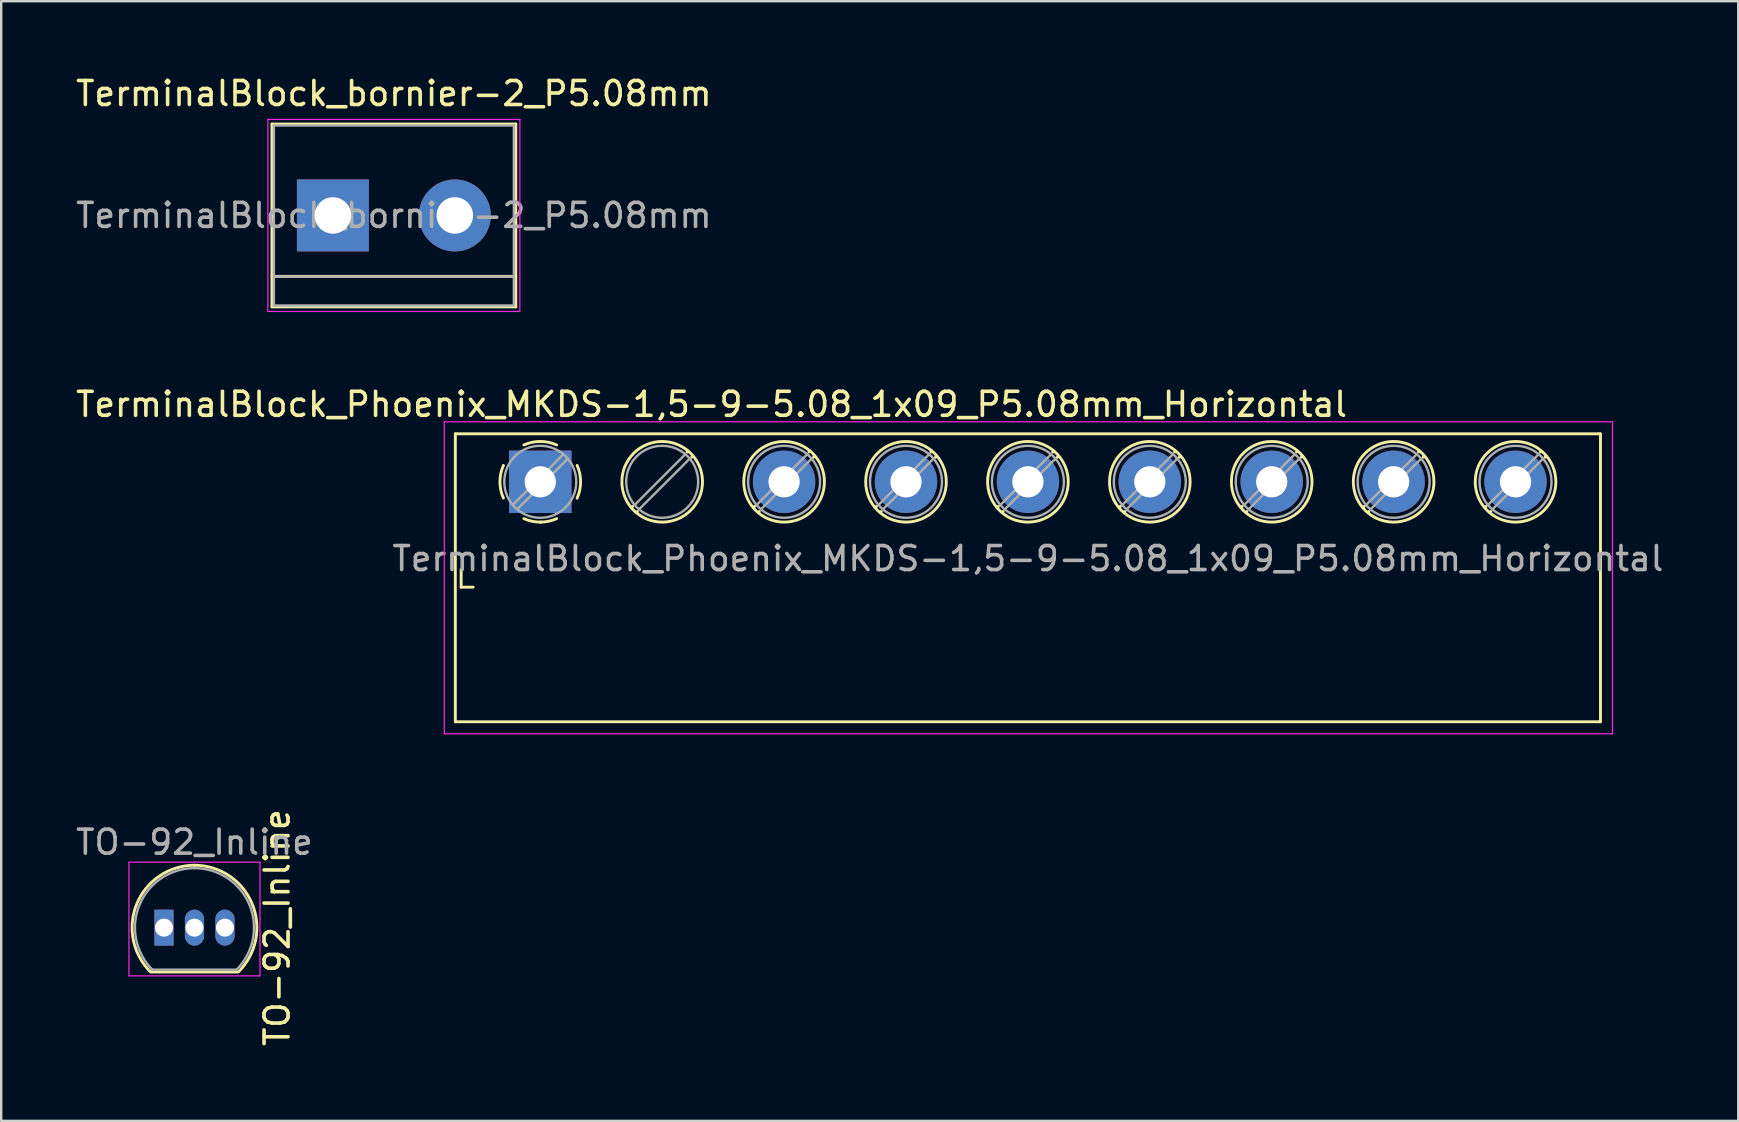
<source format=kicad_pcb>
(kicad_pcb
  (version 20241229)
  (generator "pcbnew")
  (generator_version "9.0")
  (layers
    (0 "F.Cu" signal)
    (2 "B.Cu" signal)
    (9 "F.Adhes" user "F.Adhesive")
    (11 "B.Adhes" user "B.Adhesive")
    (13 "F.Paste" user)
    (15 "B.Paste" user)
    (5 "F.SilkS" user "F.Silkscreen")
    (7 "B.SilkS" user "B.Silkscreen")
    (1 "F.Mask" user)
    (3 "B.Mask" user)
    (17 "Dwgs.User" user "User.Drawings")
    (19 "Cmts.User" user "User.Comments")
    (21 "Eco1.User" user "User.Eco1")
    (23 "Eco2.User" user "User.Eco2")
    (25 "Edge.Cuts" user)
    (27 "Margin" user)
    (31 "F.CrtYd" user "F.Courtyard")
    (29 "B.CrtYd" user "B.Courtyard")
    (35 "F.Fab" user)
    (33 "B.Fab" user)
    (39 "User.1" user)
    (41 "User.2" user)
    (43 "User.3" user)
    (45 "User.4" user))
  (footprint "TO-92_Inline"
    (layer "F.Cu")
    (at 3.784 35.606)
    (property "Reference" "TO-92_Inline" (at 4.714 0 90) (layer "F.SilkS") (effects (font (size 1 1) (thickness 0.15))))
    (attr through_hole)
    (fp_line (start -0.53 1.85) (end 3.07 1.85) (stroke (width 0.12) (type solid)) (layer "F.SilkS"))
    (fp_arc (start -0.568478 1.838478) (mid -1.132087 -0.994977) (end 1.27 -2.6) (stroke (width 0.12) (type solid)) (layer "F.SilkS"))
    (fp_arc (start 1.27 -2.6) (mid 3.672087 -0.994977) (end 3.108478 1.838478) (stroke (width 0.12) (type solid)) (layer "F.SilkS"))
    (fp_line (start -1.46 -2.73) (end -1.46 2.01) (stroke (width 0.05) (type solid)) (layer "F.CrtYd"))
    (fp_line (start -1.46 -2.73) (end 4 -2.73) (stroke (width 0.05) (type solid)) (layer "F.CrtYd"))
    (fp_line (start 4 2.01) (end -1.46 2.01) (stroke (width 0.05) (type solid)) (layer "F.CrtYd"))
    (fp_line (start 4 2.01) (end 4 -2.73) (stroke (width 0.05) (type solid)) (layer "F.CrtYd"))
    (fp_line (start -0.5 1.75) (end 3 1.75) (stroke (width 0.1) (type solid)) (layer "F.Fab"))
    (fp_arc (start -0.483625 1.753625) (mid -1.021221 -0.949055) (end 1.27 -2.48) (stroke (width 0.1) (type solid)) (layer "F.Fab"))
    (fp_arc (start 1.27 -2.48) (mid 3.561221 -0.949055) (end 3.023625 1.753625) (stroke (width 0.1) (type solid)) (layer "F.Fab"))
    (fp_text user "${REFERENCE}" (at 1.27 -3.56 0) (layer "F.Fab") (effects (font (size 1 1) (thickness 0.15))))
    (pad "1" thru_hole rect (at 0 0) (size 0.8 1.5) (drill 0.75) (layers "*.Cu" "*.Mask"))
    (pad "2" thru_hole oval (at 1.27 0) (size 0.8 1.5) (drill 0.75) (layers "*.Cu" "*.Mask"))
    (pad "3" thru_hole oval (at 2.54 0) (size 0.8 1.5) (drill 0.75) (layers "*.Cu" "*.Mask")))
  (footprint "TerminalBlock_bornier-2_P5.08mm"
    (layer "F.Cu")
    (at 10.823 5.928)
    (property "Reference" "TerminalBlock_bornier-2_P5.08mm" (at 2.54 -5.08 180) (layer "F.SilkS") (effects (font (size 1 1) (thickness 0.15))))
    (attr through_hole)
    (fp_line (start -2.54 -3.81) (end -2.54 3.81) (stroke (width 0.12) (type solid)) (layer "F.SilkS"))
    (fp_line (start -2.54 3.81) (end 7.62 3.81) (stroke (width 0.12) (type solid)) (layer "F.SilkS"))
    (fp_line (start 7.62 -3.81) (end -2.54 -3.81) (stroke (width 0.12) (type solid)) (layer "F.SilkS"))
    (fp_line (start 7.62 2.54) (end -2.54 2.54) (stroke (width 0.12) (type solid)) (layer "F.SilkS"))
    (fp_line (start 7.62 3.81) (end 7.62 -3.81) (stroke (width 0.12) (type solid)) (layer "F.SilkS"))
    (fp_line (start -2.71 -4) (end -2.71 4) (stroke (width 0.05) (type solid)) (layer "F.CrtYd"))
    (fp_line (start -2.71 -4) (end 7.79 -4) (stroke (width 0.05) (type solid)) (layer "F.CrtYd"))
    (fp_line (start 7.79 4) (end -2.71 4) (stroke (width 0.05) (type solid)) (layer "F.CrtYd"))
    (fp_line (start 7.79 4) (end 7.79 -4) (stroke (width 0.05) (type solid)) (layer "F.CrtYd"))
    (fp_line (start -2.46 -3.75) (end -2.46 3.75) (stroke (width 0.1) (type solid)) (layer "F.Fab"))
    (fp_line (start -2.46 3.75) (end 7.54 3.75) (stroke (width 0.1) (type solid)) (layer "F.Fab"))
    (fp_line (start -2.41 2.55) (end 7.49 2.55) (stroke (width 0.1) (type solid)) (layer "F.Fab"))
    (fp_line (start 7.54 -3.75) (end -2.46 -3.75) (stroke (width 0.1) (type solid)) (layer "F.Fab"))
    (fp_line (start 7.54 3.75) (end 7.54 -3.75) (stroke (width 0.1) (type solid)) (layer "F.Fab"))
    (fp_text user "${REFERENCE}" (at 2.54 0 180) (layer "F.Fab") (effects (font (size 1 1) (thickness 0.15))))
    (pad "1" thru_hole rect (at 0 0) (size 3 3) (drill 1.52) (layers "*.Cu" "*.Mask"))
    (pad "2" thru_hole circle (at 5.08 0) (size 3 3) (drill 1.52) (layers "*.Cu" "*.Mask")))
  (footprint "TerminalBlock_Phoenix_MKDS-1,5-9-5.08_1x09_P5.08mm_Horizontal"
    (layer "F.Cu")
    (at 19.464 17.027)
    (property "Reference" "TerminalBlock_Phoenix_MKDS-1,5-9-5.08_1x09_P5.08mm_Horizontal" (at 7.137 -3.226 0) (layer "F.SilkS") (effects (font (size 1 1) (thickness 0.15))))
    (attr through_hole)
    (fp_line (start -3.54 -2) (end -3.54 10) (stroke (width 0.12) (type solid)) (layer "F.SilkS"))
    (fp_line (start -3.54 -2) (end 44.18 -2) (stroke (width 0.12) (type solid)) (layer "F.SilkS"))
    (fp_line (start -3.54 10) (end 44.18 10) (stroke (width 0.12) (type solid)) (layer "F.SilkS"))
    (fp_line (start -3.297 3.652) (end -3.297 4.392) (stroke (width 0.12) (type solid)) (layer "F.SilkS"))
    (fp_line (start -3.297 4.392) (end -2.797 4.392) (stroke (width 0.12) (type solid)) (layer "F.SilkS"))
    (fp_line (start 3.853 1.023) (end 3.806 1.069) (stroke (width 0.12) (type solid)) (layer "F.SilkS"))
    (fp_line (start 4.046 1.239) (end 4.011 1.274) (stroke (width 0.12) (type solid)) (layer "F.SilkS"))
    (fp_line (start 6.15 -1.275) (end 6.115 -1.239) (stroke (width 0.12) (type solid)) (layer "F.SilkS"))
    (fp_line (start 6.355 -1.069) (end 6.308 -1.023) (stroke (width 0.12) (type solid)) (layer "F.SilkS"))
    (fp_line (start 8.933 1.023) (end 8.886 1.069) (stroke (width 0.12) (type solid)) (layer "F.SilkS"))
    (fp_line (start 9.126 1.239) (end 9.091 1.274) (stroke (width 0.12) (type solid)) (layer "F.SilkS"))
    (fp_line (start 11.23 -1.275) (end 11.195 -1.239) (stroke (width 0.12) (type solid)) (layer "F.SilkS"))
    (fp_line (start 11.435 -1.069) (end 11.388 -1.023) (stroke (width 0.12) (type solid)) (layer "F.SilkS"))
    (fp_line (start 14.013 1.023) (end 13.966 1.069) (stroke (width 0.12) (type solid)) (layer "F.SilkS"))
    (fp_line (start 14.206 1.239) (end 14.171 1.274) (stroke (width 0.12) (type solid)) (layer "F.SilkS"))
    (fp_line (start 16.31 -1.275) (end 16.275 -1.239) (stroke (width 0.12) (type solid)) (layer "F.SilkS"))
    (fp_line (start 16.515 -1.069) (end 16.468 -1.023) (stroke (width 0.12) (type solid)) (layer "F.SilkS"))
    (fp_line (start 19.093 1.023) (end 19.046 1.069) (stroke (width 0.12) (type solid)) (layer "F.SilkS"))
    (fp_line (start 19.286 1.239) (end 19.251 1.274) (stroke (width 0.12) (type solid)) (layer "F.SilkS"))
    (fp_line (start 21.39 -1.275) (end 21.355 -1.239) (stroke (width 0.12) (type solid)) (layer "F.SilkS"))
    (fp_line (start 21.595 -1.069) (end 21.548 -1.023) (stroke (width 0.12) (type solid)) (layer "F.SilkS"))
    (fp_line (start 24.173 1.023) (end 24.126 1.069) (stroke (width 0.12) (type solid)) (layer "F.SilkS"))
    (fp_line (start 24.366 1.239) (end 24.331 1.274) (stroke (width 0.12) (type solid)) (layer "F.SilkS"))
    (fp_line (start 26.47 -1.275) (end 26.435 -1.239) (stroke (width 0.12) (type solid)) (layer "F.SilkS"))
    (fp_line (start 26.675 -1.069) (end 26.628 -1.023) (stroke (width 0.12) (type solid)) (layer "F.SilkS"))
    (fp_line (start 29.253 1.023) (end 29.206 1.069) (stroke (width 0.12) (type solid)) (layer "F.SilkS"))
    (fp_line (start 29.446 1.239) (end 29.411 1.274) (stroke (width 0.12) (type solid)) (layer "F.SilkS"))
    (fp_line (start 31.55 -1.275) (end 31.515 -1.239) (stroke (width 0.12) (type solid)) (layer "F.SilkS"))
    (fp_line (start 31.755 -1.069) (end 31.708 -1.023) (stroke (width 0.12) (type solid)) (layer "F.SilkS"))
    (fp_line (start 34.333 1.023) (end 34.286 1.069) (stroke (width 0.12) (type solid)) (layer "F.SilkS"))
    (fp_line (start 34.526 1.239) (end 34.491 1.274) (stroke (width 0.12) (type solid)) (layer "F.SilkS"))
    (fp_line (start 36.63 -1.275) (end 36.595 -1.239) (stroke (width 0.12) (type solid)) (layer "F.SilkS"))
    (fp_line (start 36.835 -1.069) (end 36.788 -1.023) (stroke (width 0.12) (type solid)) (layer "F.SilkS"))
    (fp_line (start 39.413 1.023) (end 39.366 1.069) (stroke (width 0.12) (type solid)) (layer "F.SilkS"))
    (fp_line (start 39.606 1.239) (end 39.571 1.274) (stroke (width 0.12) (type solid)) (layer "F.SilkS"))
    (fp_line (start 41.71 -1.275) (end 41.675 -1.239) (stroke (width 0.12) (type solid)) (layer "F.SilkS"))
    (fp_line (start 41.915 -1.069) (end 41.868 -1.023) (stroke (width 0.12) (type solid)) (layer "F.SilkS"))
    (fp_line (start 44.18 -2) (end 44.18 10) (stroke (width 0.12) (type solid)) (layer "F.SilkS"))
    (fp_arc (start -1.535427 0.683042) (mid -1.680501 -0.000524) (end -1.535 -0.684) (stroke (width 0.12) (type solid)) (layer "F.SilkS"))
    (fp_arc (start -0.683042 -1.535427) (mid 0.000524 -1.680501) (end 0.684 -1.535) (stroke (width 0.12) (type solid)) (layer "F.SilkS"))
    (fp_arc (start 0.028805 1.680253) (mid -0.335551 1.646659) (end -0.684 1.535) (stroke (width 0.12) (type solid)) (layer "F.SilkS"))
    (fp_arc (start 0.683318 1.534756) (mid 0.349292 1.643288) (end 0 1.68) (stroke (width 0.12) (type solid)) (layer "F.SilkS"))
    (fp_arc (start 1.535427 -0.683042) (mid 1.680501 0.000524) (end 1.535 0.684) (stroke (width 0.12) (type solid)) (layer "F.SilkS"))
    (fp_circle (center 5.08 0) (end 6.76 0) (stroke (width 0.12) (type solid)) (fill no) (layer "F.SilkS"))
    (fp_circle (center 10.16 0) (end 11.84 0) (stroke (width 0.12) (type solid)) (fill no) (layer "F.SilkS"))
    (fp_circle (center 15.24 0) (end 16.92 0) (stroke (width 0.12) (type solid)) (fill no) (layer "F.SilkS"))
    (fp_circle (center 20.32 0) (end 22 0) (stroke (width 0.12) (type solid)) (fill no) (layer "F.SilkS"))
    (fp_circle (center 25.4 0) (end 27.08 0) (stroke (width 0.12) (type solid)) (fill no) (layer "F.SilkS"))
    (fp_circle (center 30.48 0) (end 32.16 0) (stroke (width 0.12) (type solid)) (fill no) (layer "F.SilkS"))
    (fp_circle (center 35.56 0) (end 37.24 0) (stroke (width 0.12) (type solid)) (fill no) (layer "F.SilkS"))
    (fp_circle (center 40.64 0) (end 42.32 0) (stroke (width 0.12) (type solid)) (fill no) (layer "F.SilkS"))
    (fp_line (start -4 -2.5) (end -4 10.5) (stroke (width 0.05) (type solid)) (layer "F.CrtYd"))
    (fp_line (start 44.68 -2.5) (end -4 -2.5) (stroke (width 0.05) (type solid)) (layer "F.CrtYd"))
    (fp_line (start 44.68 10.5) (end -4 10.5) (stroke (width 0.05) (type solid)) (layer "F.CrtYd"))
    (fp_line (start 44.68 10.5) (end 44.68 -2.5) (stroke (width 0.05) (type solid)) (layer "F.CrtYd"))
    (fp_line (start 0.955 -1.138) (end -1.138 0.955) (stroke (width 0.1) (type solid)) (layer "F.Fab"))
    (fp_line (start 1.138 -0.955) (end -0.955 1.138) (stroke (width 0.1) (type solid)) (layer "F.Fab"))
    (fp_line (start 6.035 -1.138) (end 3.943 0.955) (stroke (width 0.1) (type solid)) (layer "F.Fab"))
    (fp_line (start 6.218 -0.955) (end 4.126 1.138) (stroke (width 0.1) (type solid)) (layer "F.Fab"))
    (fp_line (start 11.115 -1.138) (end 9.023 0.955) (stroke (width 0.1) (type solid)) (layer "F.Fab"))
    (fp_line (start 11.298 -0.955) (end 9.206 1.138) (stroke (width 0.1) (type solid)) (layer "F.Fab"))
    (fp_line (start 16.195 -1.138) (end 14.103 0.955) (stroke (width 0.1) (type solid)) (layer "F.Fab"))
    (fp_line (start 16.378 -0.955) (end 14.286 1.138) (stroke (width 0.1) (type solid)) (layer "F.Fab"))
    (fp_line (start 21.275 -1.138) (end 19.183 0.955) (stroke (width 0.1) (type solid)) (layer "F.Fab"))
    (fp_line (start 21.458 -0.955) (end 19.366 1.138) (stroke (width 0.1) (type solid)) (layer "F.Fab"))
    (fp_line (start 26.355 -1.138) (end 24.263 0.955) (stroke (width 0.1) (type solid)) (layer "F.Fab"))
    (fp_line (start 26.538 -0.955) (end 24.446 1.138) (stroke (width 0.1) (type solid)) (layer "F.Fab"))
    (fp_line (start 31.435 -1.138) (end 29.343 0.955) (stroke (width 0.1) (type solid)) (layer "F.Fab"))
    (fp_line (start 31.618 -0.955) (end 29.526 1.138) (stroke (width 0.1) (type solid)) (layer "F.Fab"))
    (fp_line (start 36.515 -1.138) (end 34.423 0.955) (stroke (width 0.1) (type solid)) (layer "F.Fab"))
    (fp_line (start 36.698 -0.955) (end 34.606 1.138) (stroke (width 0.1) (type solid)) (layer "F.Fab"))
    (fp_line (start 41.595 -1.138) (end 39.503 0.955) (stroke (width 0.1) (type solid)) (layer "F.Fab"))
    (fp_line (start 41.778 -0.955) (end 39.686 1.138) (stroke (width 0.1) (type solid)) (layer "F.Fab"))
    (fp_circle (center 0 0) (end 1.5 0) (stroke (width 0.1) (type solid)) (fill no) (layer "F.Fab"))
    (fp_circle (center 5.08 0) (end 6.58 0) (stroke (width 0.1) (type solid)) (fill no) (layer "F.Fab"))
    (fp_circle (center 10.16 0) (end 11.66 0) (stroke (width 0.1) (type solid)) (fill no) (layer "F.Fab"))
    (fp_circle (center 15.24 0) (end 16.74 0) (stroke (width 0.1) (type solid)) (fill no) (layer "F.Fab"))
    (fp_circle (center 20.32 0) (end 21.82 0) (stroke (width 0.1) (type solid)) (fill no) (layer "F.Fab"))
    (fp_circle (center 25.4 0) (end 26.9 0) (stroke (width 0.1) (type solid)) (fill no) (layer "F.Fab"))
    (fp_circle (center 30.48 0) (end 31.98 0) (stroke (width 0.1) (type solid)) (fill no) (layer "F.Fab"))
    (fp_circle (center 35.56 0) (end 37.06 0) (stroke (width 0.1) (type solid)) (fill no) (layer "F.Fab"))
    (fp_circle (center 40.64 0) (end 42.14 0) (stroke (width 0.1) (type solid)) (fill no) (layer "F.Fab"))
    (fp_text user "${REFERENCE}" (at 20.32 3.2 0) (layer "F.Fab") (effects (font (size 1 1) (thickness 0.15))))
    (pad "1" thru_hole rect (at 0 0) (size 2.6 2.6) (drill 1.3) (layers "*.Cu" "*.Mask"))
    (pad "3" thru_hole circle (at 10.16 0) (size 2.6 2.6) (drill 1.3) (layers "*.Cu" "*.Mask"))
    (pad "4" thru_hole circle (at 15.24 0) (size 2.6 2.6) (drill 1.3) (layers "*.Cu" "*.Mask"))
    (pad "5" thru_hole circle (at 20.32 0) (size 2.6 2.6) (drill 1.3) (layers "*.Cu" "*.Mask"))
    (pad "6" thru_hole circle (at 25.4 0) (size 2.6 2.6) (drill 1.3) (layers "*.Cu" "*.Mask"))
    (pad "7" thru_hole circle (at 30.48 0) (size 2.6 2.6) (drill 1.3) (layers "*.Cu" "*.Mask"))
    (pad "8" thru_hole circle (at 35.56 0) (size 2.6 2.6) (drill 1.3) (layers "*.Cu" "*.Mask"))
    (pad "9" thru_hole circle (at 40.64 0) (size 2.6 2.6) (drill 1.3) (layers "*.Cu" "*.Mask")))
  (gr_rect
    (start -3 -3)
    (end 69.385 43.659)
    (stroke (width 0.1) (type default))
    (fill no)
    (layer "Edge.Cuts")))
</source>
